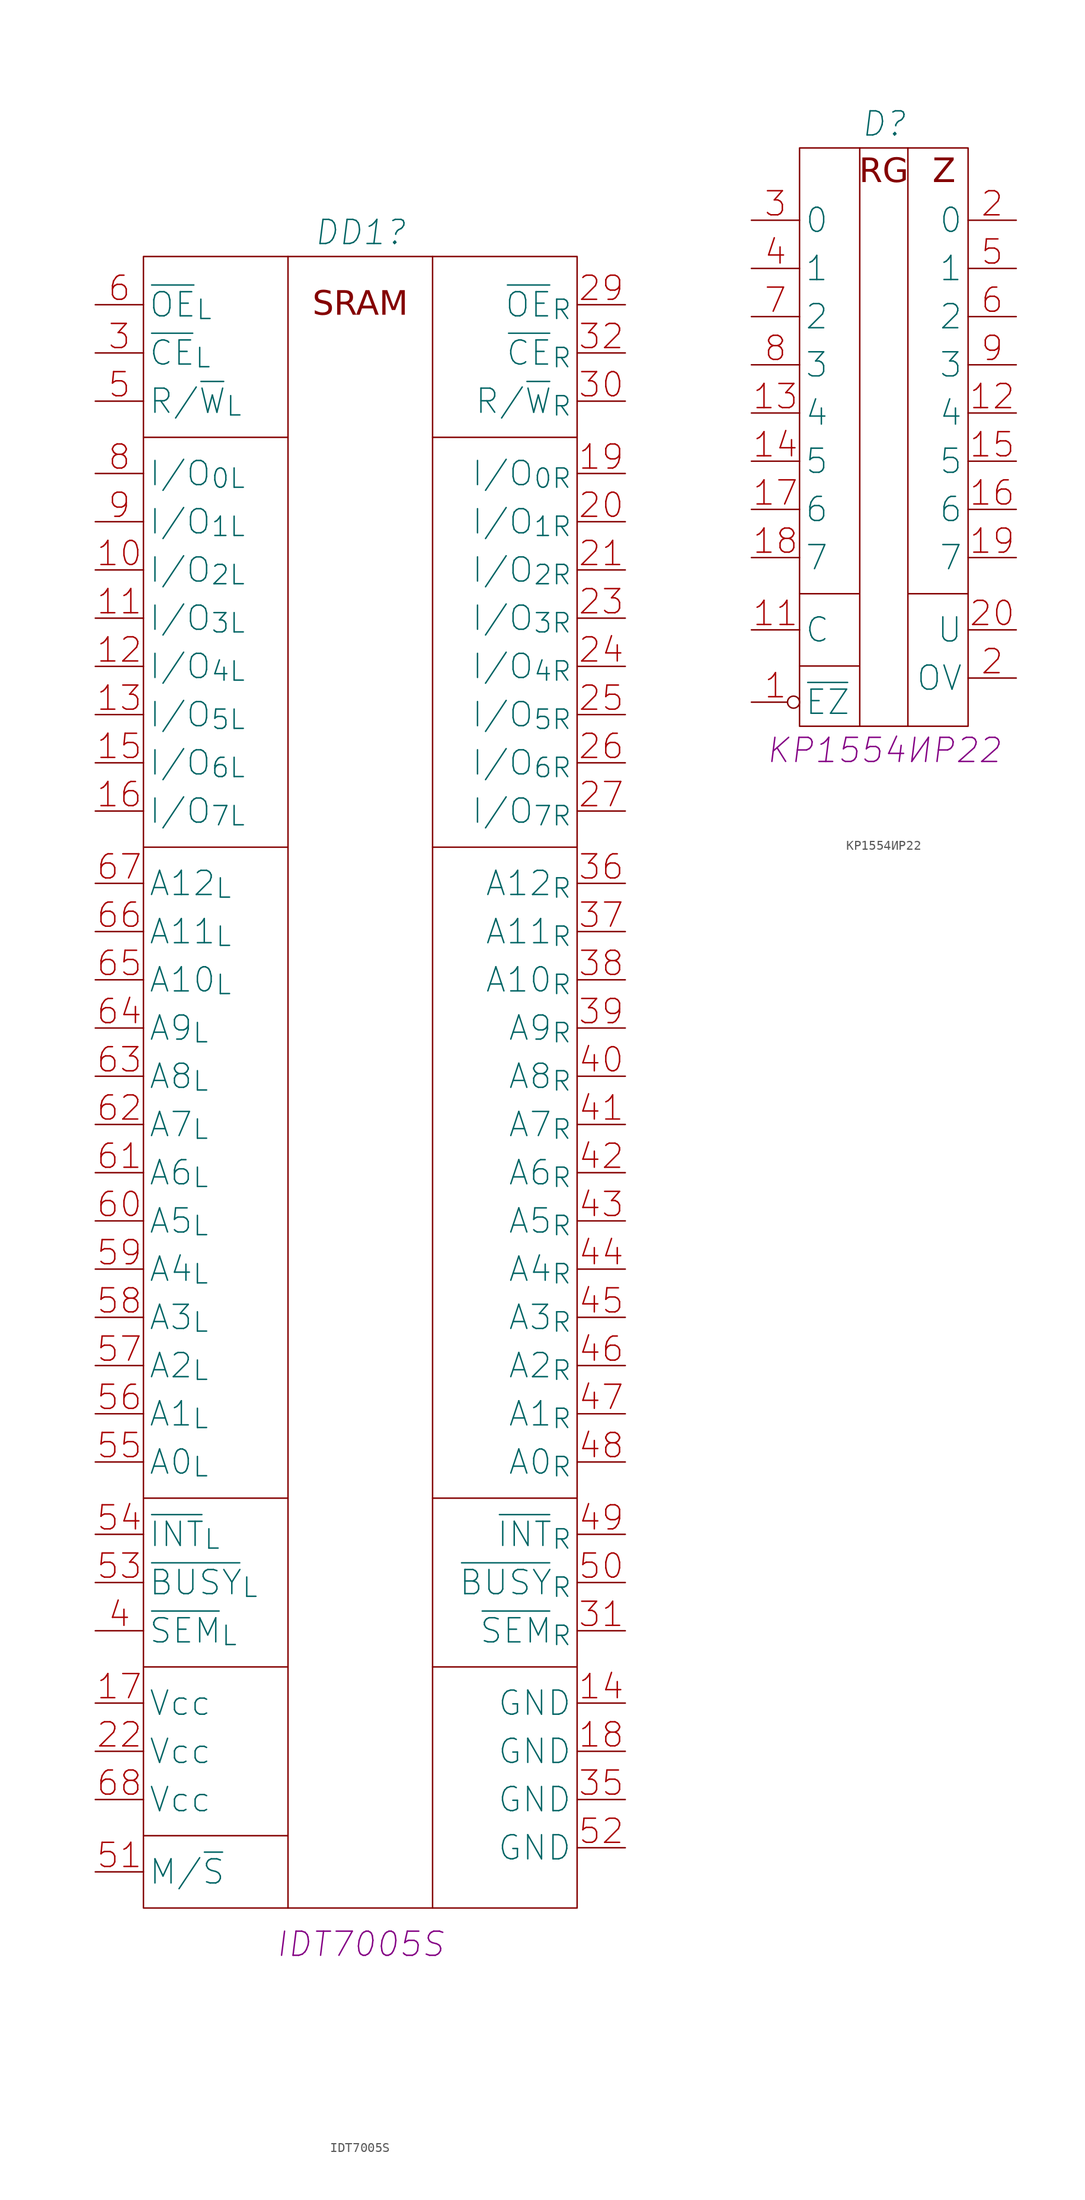
<source format=kicad_sym>
(kicad_symbol_lib
  (version 20220914)
  (generator kicad_symbol_editor)
  (symbol "IDT7005S"
    (property "Reference" "DD1"
      (at 27.94 7.62 0)
      (effects (font (size 2.54 2.54) italic)))
    (property "ValueName" "IDT7005S"
      (at 27.94 -172.72 0)
      (effects (font (size 2.54 2.54) italic)))
    (symbol "IDT7005S_0_1"
      (polyline (pts (xy 5.08 -161.29) (xy 20.32 -161.29)) (stroke (width 0) (type default)) (fill (type none)))
      (polyline (pts (xy 5.08 -143.51) (xy 20.32 -143.51)) (stroke (width 0) (type default)) (fill (type none)))
      (polyline (pts (xy 5.08 -125.73) (xy 20.32 -125.73)) (stroke (width 0) (type default)) (fill (type none)))
      (polyline (pts (xy 5.08 -57.15) (xy 20.32 -57.15)) (stroke (width 0) (type default)) (fill (type none)))
      (polyline (pts (xy 5.08 -13.97) (xy 20.32 -13.97)) (stroke (width 0) (type default)) (fill (type none)))
      (polyline (pts (xy 20.32 5.08) (xy 20.32 -168.91)) (stroke (width 0) (type default)) (fill (type none)))
      (polyline (pts (xy 35.56 -143.51) (xy 50.8 -143.51)) (stroke (width 0) (type default)) (fill (type none)))
      (polyline (pts (xy 35.56 -125.73) (xy 50.8 -125.73)) (stroke (width 0) (type default)) (fill (type none)))
      (polyline (pts (xy 35.56 -57.15) (xy 50.8 -57.15)) (stroke (width 0) (type default)) (fill (type none)))
      (polyline (pts (xy 35.56 -13.97) (xy 50.8 -13.97)) (stroke (width 0) (type default)) (fill (type none)))
      (polyline (pts (xy 35.56 5.08) (xy 35.56 -168.91)) (stroke (width 0) (type default)) (fill (type none)))
      (rectangle (start 5.08 5.08) (end 50.8 -168.91) (stroke (width 0) (type default)) (fill (type none))))
    (symbol "IDT7005S_1_1"
      (text "SRAM" (at 27.94 0 0) (effects (font (face "GOST type A") (size 2.54 2.54) italic)))
      (pin bidirectional line (at 0 -27.94 0) (length 5.08) (name "I/O_{2L}" (effects (font (size 2.54 2.54)))) (number "10" (effects (font (size 2.54 2.54)))))
      (pin bidirectional line (at 0 -33.02 0) (length 5.08) (name "I/O_{3L}" (effects (font (size 2.54 2.54)))) (number "11" (effects (font (size 2.54 2.54)))))
      (pin bidirectional line (at 0 -38.1 0) (length 5.08) (name "I/O_{4L}" (effects (font (size 2.54 2.54)))) (number "12" (effects (font (size 2.54 2.54)))))
      (pin bidirectional line (at 0 -43.18 0) (length 5.08) (name "I/O_{5L}" (effects (font (size 2.54 2.54)))) (number "13" (effects (font (size 2.54 2.54)))))
      (pin power_out line (at 55.88 -147.32 180) (length 5.08) (name "GND" (effects (font (size 2.54 2.54)))) (number "14" (effects (font (size 2.54 2.54)))))
      (pin bidirectional line (at 0 -48.26 0) (length 5.08) (name "I/O_{6L}" (effects (font (size 2.54 2.54)))) (number "15" (effects (font (size 2.54 2.54)))))
      (pin bidirectional line (at 0 -53.34 0) (length 5.08) (name "I/O_{7L}" (effects (font (size 2.54 2.54)))) (number "16" (effects (font (size 2.54 2.54)))))
      (pin power_in line (at 0 -147.32 0) (length 5.08) (name "Vcc" (effects (font (size 2.54 2.54)))) (number "17" (effects (font (size 2.54 2.54)))))
      (pin power_out line (at 55.88 -152.4 180) (length 5.08) (name "GND" (effects (font (size 2.54 2.54)))) (number "18" (effects (font (size 2.54 2.54)))))
      (pin bidirectional line (at 55.88 -17.78 180) (length 5.08) (name "I/O_{0R}" (effects (font (size 2.54 2.54)))) (number "19" (effects (font (size 2.54 2.54)))))
      (pin bidirectional line (at 55.88 -22.86 180) (length 5.08) (name "I/O_{1R}" (effects (font (size 2.54 2.54)))) (number "20" (effects (font (size 2.54 2.54)))))
      (pin bidirectional line (at 55.88 -27.94 180) (length 5.08) (name "I/O_{2R}" (effects (font (size 2.54 2.54)))) (number "21" (effects (font (size 2.54 2.54)))))
      (pin power_in line (at 0 -152.4 0) (length 5.08) (name "Vcc" (effects (font (size 2.54 2.54)))) (number "22" (effects (font (size 2.54 2.54)))))
      (pin bidirectional line (at 55.88 -33.02 180) (length 5.08) (name "I/O_{3R}" (effects (font (size 2.54 2.54)))) (number "23" (effects (font (size 2.54 2.54)))))
      (pin bidirectional line (at 55.88 -38.1 180) (length 5.08) (name "I/O_{4R}" (effects (font (size 2.54 2.54)))) (number "24" (effects (font (size 2.54 2.54)))))
      (pin bidirectional line (at 55.88 -43.18 180) (length 5.08) (name "I/O_{5R}" (effects (font (size 2.54 2.54)))) (number "25" (effects (font (size 2.54 2.54)))))
      (pin bidirectional line (at 55.88 -48.26 180) (length 5.08) (name "I/O_{6R}" (effects (font (size 2.54 2.54)))) (number "26" (effects (font (size 2.54 2.54)))))
      (pin bidirectional line (at 55.88 -53.34 180) (length 5.08) (name "I/O_{7R}" (effects (font (size 2.54 2.54)))) (number "27" (effects (font (size 2.54 2.54)))))
      (pin output line (at 55.88 0 180) (length 5.08) (name "~{OE}_{R}" (effects (font (size 2.54 2.54)))) (number "29" (effects (font (size 2.54 2.54)))))
      (pin input line (at 0 -5.08 0) (length 5.08) (name "~{СE}_{L}" (effects (font (size 2.54 2.54)))) (number "3" (effects (font (size 2.54 2.54)))))
      (pin input line (at 55.88 -10.16 180) (length 5.08) (name "R/~{W}_{R}" (effects (font (size 2.54 2.54)))) (number "30" (effects (font (size 2.54 2.54)))))
      (pin input line (at 55.88 -139.7 180) (length 5.08) (name "~{SEM}_{R}" (effects (font (size 2.54 2.54)))) (number "31" (effects (font (size 2.54 2.54)))))
      (pin input line (at 55.88 -5.08 180) (length 5.08) (name "~{СE}_{R}" (effects (font (size 2.54 2.54)))) (number "32" (effects (font (size 2.54 2.54)))))
      (pin power_out line (at 55.88 -157.48 180) (length 5.08) (name "GND" (effects (font (size 2.54 2.54)))) (number "35" (effects (font (size 2.54 2.54)))))
      (pin bidirectional line (at 55.88 -60.96 180) (length 5.08) (name "A12_{R}" (effects (font (size 2.54 2.54)))) (number "36" (effects (font (size 2.54 2.54)))))
      (pin bidirectional line (at 55.88 -66.04 180) (length 5.08) (name "A11_{R}" (effects (font (size 2.54 2.54)))) (number "37" (effects (font (size 2.54 2.54)))))
      (pin bidirectional line (at 55.88 -71.12 180) (length 5.08) (name "A10_{R}" (effects (font (size 2.54 2.54)))) (number "38" (effects (font (size 2.54 2.54)))))
      (pin bidirectional line (at 55.88 -76.2 180) (length 5.08) (name "A9_{R}" (effects (font (size 2.54 2.54)))) (number "39" (effects (font (size 2.54 2.54)))))
      (pin input line (at 0 -139.7 0) (length 5.08) (name "~{SEM}_{L}" (effects (font (size 2.54 2.54)))) (number "4" (effects (font (size 2.54 2.54)))))
      (pin bidirectional line (at 55.88 -81.28 180) (length 5.08) (name "A8_{R}" (effects (font (size 2.54 2.54)))) (number "40" (effects (font (size 2.54 2.54)))))
      (pin bidirectional line (at 55.88 -86.36 180) (length 5.08) (name "A7_{R}" (effects (font (size 2.54 2.54)))) (number "41" (effects (font (size 2.54 2.54)))))
      (pin bidirectional line (at 55.88 -91.44 180) (length 5.08) (name "A6_{R}" (effects (font (size 2.54 2.54)))) (number "42" (effects (font (size 2.54 2.54)))))
      (pin bidirectional line (at 55.88 -96.52 180) (length 5.08) (name "A5_{R}" (effects (font (size 2.54 2.54)))) (number "43" (effects (font (size 2.54 2.54)))))
      (pin bidirectional line (at 55.88 -101.6 180) (length 5.08) (name "A4_{R}" (effects (font (size 2.54 2.54)))) (number "44" (effects (font (size 2.54 2.54)))))
      (pin bidirectional line (at 55.88 -106.68 180) (length 5.08) (name "A3_{R}" (effects (font (size 2.54 2.54)))) (number "45" (effects (font (size 2.54 2.54)))))
      (pin bidirectional line (at 55.88 -111.76 180) (length 5.08) (name "A2_{R}" (effects (font (size 2.54 2.54)))) (number "46" (effects (font (size 2.54 2.54)))))
      (pin bidirectional line (at 55.88 -116.84 180) (length 5.08) (name "A1_{R}" (effects (font (size 2.54 2.54)))) (number "47" (effects (font (size 2.54 2.54)))))
      (pin bidirectional line (at 55.88 -121.92 180) (length 5.08) (name "A0_{R}" (effects (font (size 2.54 2.54)))) (number "48" (effects (font (size 2.54 2.54)))))
      (pin input line (at 55.88 -129.54 180) (length 5.08) (name "~{INT}_{R}" (effects (font (size 2.54 2.54)))) (number "49" (effects (font (size 2.54 2.54)))))
      (pin input line (at 0 -10.16 0) (length 5.08) (name "R/~{W}_{L}" (effects (font (size 2.54 2.54)))) (number "5" (effects (font (size 2.54 2.54)))))
      (pin bidirectional line (at 55.88 -134.62 180) (length 5.08) (name "~{BUSY}_{R}" (effects (font (size 2.54 2.54)))) (number "50" (effects (font (size 2.54 2.54)))))
      (pin bidirectional line (at 0 -165.1 0) (length 5.08) (name "M/~{S}" (effects (font (size 2.54 2.54)))) (number "51" (effects (font (size 2.54 2.54)))))
      (pin power_out line (at 55.88 -162.56 180) (length 5.08) (name "GND" (effects (font (size 2.54 2.54)))) (number "52" (effects (font (size 2.54 2.54)))))
      (pin bidirectional line (at 0 -134.62 0) (length 5.08) (name "~{BUSY}_{L}" (effects (font (size 2.54 2.54)))) (number "53" (effects (font (size 2.54 2.54)))))
      (pin input line (at 0 -129.54 0) (length 5.08) (name "~{INT}_{L}" (effects (font (size 2.54 2.54)))) (number "54" (effects (font (size 2.54 2.54)))))
      (pin bidirectional line (at 0 -121.92 0) (length 5.08) (name "A0_{L}" (effects (font (size 2.54 2.54)))) (number "55" (effects (font (size 2.54 2.54)))))
      (pin bidirectional line (at 0 -116.84 0) (length 5.08) (name "A1_{L}" (effects (font (size 2.54 2.54)))) (number "56" (effects (font (size 2.54 2.54)))))
      (pin bidirectional line (at 0 -111.76 0) (length 5.08) (name "A2_{L}" (effects (font (size 2.54 2.54)))) (number "57" (effects (font (size 2.54 2.54)))))
      (pin bidirectional line (at 0 -106.68 0) (length 5.08) (name "A3_{L}" (effects (font (size 2.54 2.54)))) (number "58" (effects (font (size 2.54 2.54)))))
      (pin bidirectional line (at 0 -101.6 0) (length 5.08) (name "A4_{L}" (effects (font (size 2.54 2.54)))) (number "59" (effects (font (size 2.54 2.54)))))
      (pin output line (at 0 0 0) (length 5.08) (name "~{OE}_{L}" (effects (font (size 2.54 2.54)))) (number "6" (effects (font (size 2.54 2.54)))))
      (pin bidirectional line (at 0 -96.52 0) (length 5.08) (name "A5_{L}" (effects (font (size 2.54 2.54)))) (number "60" (effects (font (size 2.54 2.54)))))
      (pin bidirectional line (at 0 -91.44 0) (length 5.08) (name "A6_{L}" (effects (font (size 2.54 2.54)))) (number "61" (effects (font (size 2.54 2.54)))))
      (pin bidirectional line (at 0 -86.36 0) (length 5.08) (name "A7_{L}" (effects (font (size 2.54 2.54)))) (number "62" (effects (font (size 2.54 2.54)))))
      (pin bidirectional line (at 0 -81.28 0) (length 5.08) (name "A8_{L}" (effects (font (size 2.54 2.54)))) (number "63" (effects (font (size 2.54 2.54)))))
      (pin bidirectional line (at 0 -76.2 0) (length 5.08) (name "A9_{L}" (effects (font (size 2.54 2.54)))) (number "64" (effects (font (size 2.54 2.54)))))
      (pin bidirectional line (at 0 -71.12 0) (length 5.08) (name "A10_{L}" (effects (font (size 2.54 2.54)))) (number "65" (effects (font (size 2.54 2.54)))))
      (pin bidirectional line (at 0 -66.04 0) (length 5.08) (name "A11_{L}" (effects (font (size 2.54 2.54)))) (number "66" (effects (font (size 2.54 2.54)))))
      (pin bidirectional line (at 0 -60.96 0) (length 5.08) (name "A12_{L}" (effects (font (size 2.54 2.54)))) (number "67" (effects (font (size 2.54 2.54)))))
      (pin power_in line (at 0 -157.48 0) (length 5.08) (name "Vcc" (effects (font (size 2.54 2.54)))) (number "68" (effects (font (size 2.54 2.54)))))
      (pin bidirectional line (at 0 -17.78 0) (length 5.08) (name "I/O_{0L}" (effects (font (size 2.54 2.54)))) (number "8" (effects (font (size 2.54 2.54)))))
      (pin bidirectional line (at 0 -22.86 0) (length 5.08) (name "I/O_{1L}" (effects (font (size 2.54 2.54)))) (number "9" (effects (font (size 2.54 2.54)))))))
  (symbol "КР1554ИР22"
    (property "Reference" "D"
      (at 13.97 10.16 0)
      (effects (font (size 2.54 2.54) italic)))
    (property "ValueName" "КР1554ИР22"
      (at 13.97 -55.88 0)
      (effects (font (size 2.54 2.54) italic)))
    (symbol "КР1554ИР22_1_1"
      (polyline (pts (xy 5.08 -46.99) (xy 11.43 -46.99)) (stroke (width 0) (type default)) (fill (type none)))
      (polyline (pts (xy 5.08 -39.37) (xy 11.43 -39.37)) (stroke (width 0) (type default)) (fill (type none)))
      (polyline (pts (xy 11.43 7.62) (xy 11.43 -53.34)) (stroke (width 0) (type default)) (fill (type none)))
      (polyline (pts (xy 16.51 -53.34) (xy 16.51 7.62)) (stroke (width 0) (type default)) (fill (type none)))
      (polyline (pts (xy 16.51 -39.37) (xy 22.86 -39.37)) (stroke (width 0) (type default)) (fill (type none)))
      (rectangle (start 5.08 7.62) (end 22.86 -53.34) (stroke (width 0) (type default)) (fill (type none)))
      (text "RG" (at 13.97 5.08 0) (effects (font (face "GOST type A") (size 2.54 2.54) italic)))
      (text "Z" (at 20.32 5.08 0) (effects (font (face "GOST type A") (size 2.54 2.54) italic)))
      (pin input inverted (at 0 -50.8 0) (length 5.08) (name "~{EZ}" (effects (font (size 2.54 2.54)))) (number "1" (effects (font (size 2.54 2.54)))))
      (pin input line (at 0 -43.18 0) (length 5.08) (name "C" (effects (font (size 2.54 2.54)))) (number "11" (effects (font (size 2.54 2.54)))))
      (pin output line (at 27.94 -20.32 180) (length 5.08) (name "4" (effects (font (size 2.54 2.54)))) (number "12" (effects (font (size 2.54 2.54)))))
      (pin input line (at 0 -20.32 0) (length 5.08) (name "4" (effects (font (size 2.54 2.54)))) (number "13" (effects (font (size 2.54 2.54)))))
      (pin input line (at 0 -25.4 0) (length 5.08) (name "5" (effects (font (size 2.54 2.54)))) (number "14" (effects (font (size 2.54 2.54)))))
      (pin output line (at 27.94 -25.4 180) (length 5.08) (name "5" (effects (font (size 2.54 2.54)))) (number "15" (effects (font (size 2.54 2.54)))))
      (pin output line (at 27.94 -30.48 180) (length 5.08) (name "6" (effects (font (size 2.54 2.54)))) (number "16" (effects (font (size 2.54 2.54)))))
      (pin input line (at 0 -30.48 0) (length 5.08) (name "6" (effects (font (size 2.54 2.54)))) (number "17" (effects (font (size 2.54 2.54)))))
      (pin input line (at 0 -35.56 0) (length 5.08) (name "7" (effects (font (size 2.54 2.54)))) (number "18" (effects (font (size 2.54 2.54)))))
      (pin output line (at 27.94 -35.56 180) (length 5.08) (name "7" (effects (font (size 2.54 2.54)))) (number "19" (effects (font (size 2.54 2.54)))))
      (pin output line (at 27.94 0 180) (length 5.08) (name "0" (effects (font (size 2.54 2.54)))) (number "2" (effects (font (size 2.54 2.54)))))
      (pin output line (at 27.94 -48.26 180) (length 5.08) (name "OV" (effects (font (size 2.54 2.54)))) (number "2" (effects (font (size 2.54 2.54)))))
      (pin power_in line (at 27.94 -43.18 180) (length 5.08) (name "U" (effects (font (size 2.54 2.54)))) (number "20" (effects (font (size 2.54 2.54)))))
      (pin input line (at 0 0 0) (length 5.08) (name "0" (effects (font (size 2.54 2.54)))) (number "3" (effects (font (size 2.54 2.54)))))
      (pin input line (at 0 -5.08 0) (length 5.08) (name "1" (effects (font (size 2.54 2.54)))) (number "4" (effects (font (size 2.54 2.54)))))
      (pin output line (at 27.94 -5.08 180) (length 5.08) (name "1" (effects (font (size 2.54 2.54)))) (number "5" (effects (font (size 2.54 2.54)))))
      (pin output line (at 27.94 -10.16 180) (length 5.08) (name "2" (effects (font (size 2.54 2.54)))) (number "6" (effects (font (size 2.54 2.54)))))
      (pin input line (at 0 -10.16 0) (length 5.08) (name "2" (effects (font (size 2.54 2.54)))) (number "7" (effects (font (size 2.54 2.54)))))
      (pin input line (at 0 -15.24 0) (length 5.08) (name "3" (effects (font (size 2.54 2.54)))) (number "8" (effects (font (size 2.54 2.54)))))
      (pin output line (at 27.94 -15.24 180) (length 5.08) (name "3" (effects (font (size 2.54 2.54)))) (number "9" (effects (font (size 2.54 2.54))))))))
</source>
